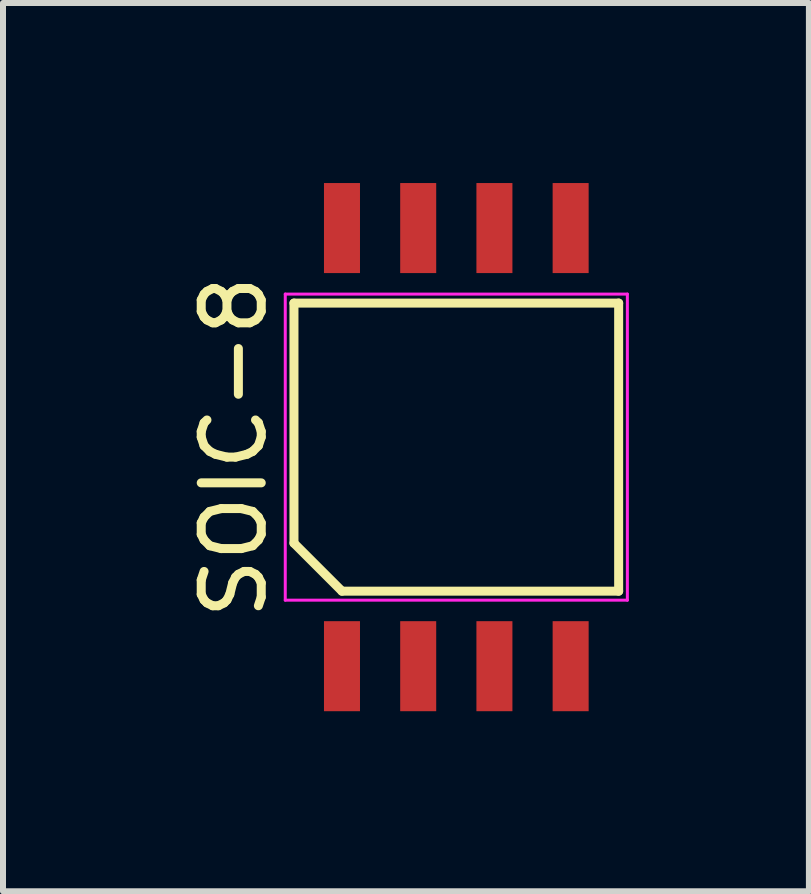
<source format=kicad_pcb>
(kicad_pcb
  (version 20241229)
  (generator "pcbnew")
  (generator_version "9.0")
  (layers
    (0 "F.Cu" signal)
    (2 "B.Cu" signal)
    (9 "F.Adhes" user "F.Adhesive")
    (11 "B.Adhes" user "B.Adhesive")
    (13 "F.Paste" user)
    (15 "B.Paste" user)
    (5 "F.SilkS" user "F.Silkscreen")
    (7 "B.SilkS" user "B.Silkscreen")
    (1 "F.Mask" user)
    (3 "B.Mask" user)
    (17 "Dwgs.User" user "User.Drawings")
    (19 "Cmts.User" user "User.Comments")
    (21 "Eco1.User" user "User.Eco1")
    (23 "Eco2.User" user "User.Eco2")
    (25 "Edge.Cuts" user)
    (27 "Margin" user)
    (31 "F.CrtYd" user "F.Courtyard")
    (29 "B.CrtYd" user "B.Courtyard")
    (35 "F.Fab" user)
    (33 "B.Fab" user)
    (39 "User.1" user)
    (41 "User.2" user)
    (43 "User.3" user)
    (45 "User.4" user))
  (footprint "SOIC-8"
    (layer "F.Cu")
    (at 4.553 4.4)
    (property "Reference" "SOIC-8" (at -3.705 0 90) (layer "F.SilkS") (effects (font (size 1 1) (thickness 0.15))))
    (attr smd)
    (fp_line (start -2.705 -2.4) (end 2.705 -2.4) (stroke (width 0.15) (type solid)) (layer "F.SilkS"))
    (fp_line (start -2.705 1.6) (end -2.705 -2.4) (stroke (width 0.15) (type solid)) (layer "F.SilkS"))
    (fp_line (start -1.905 2.4) (end -2.705 1.6) (stroke (width 0.15) (type solid)) (layer "F.SilkS"))
    (fp_line (start 2.705 -2.4) (end 2.705 2.4) (stroke (width 0.15) (type solid)) (layer "F.SilkS"))
    (fp_line (start 2.705 2.4) (end -1.905 2.4) (stroke (width 0.15) (type solid)) (layer "F.SilkS"))
    (fp_line (start -2.85 -2.55) (end 2.85 -2.55) (stroke (width 0.05) (type solid)) (layer "F.CrtYd"))
    (fp_line (start -2.85 2.55) (end -2.85 -2.55) (stroke (width 0.05) (type solid)) (layer "F.CrtYd"))
    (fp_line (start 2.85 -2.55) (end 2.85 2.55) (stroke (width 0.05) (type solid)) (layer "F.CrtYd"))
    (fp_line (start 2.85 2.55) (end -2.85 2.55) (stroke (width 0.05) (type solid)) (layer "F.CrtYd"))
    (pad "1" smd rect (at -1.905 3.65) (size 0.6 1.5) (layers "F.Cu" "F.Mask" "F.Paste"))
    (pad "2" smd rect (at -0.635 3.65) (size 0.6 1.5) (layers "F.Cu" "F.Mask" "F.Paste"))
    (pad "3" smd rect (at 0.635 3.65) (size 0.6 1.5) (layers "F.Cu" "F.Mask" "F.Paste"))
    (pad "4" smd rect (at 1.905 3.65) (size 0.6 1.5) (layers "F.Cu" "F.Mask" "F.Paste"))
    (pad "5" smd rect (at 1.905 -3.65) (size 0.6 1.5) (layers "F.Cu" "F.Mask" "F.Paste"))
    (pad "6" smd rect (at 0.635 -3.65) (size 0.6 1.5) (layers "F.Cu" "F.Mask" "F.Paste"))
    (pad "7" smd rect (at -0.635 -3.65) (size 0.6 1.5) (layers "F.Cu" "F.Mask" "F.Paste"))
    (pad "8" smd rect (at -1.905 -3.65) (size 0.6 1.5) (layers "F.Cu" "F.Mask" "F.Paste")))
  (gr_rect
    (start -3 -3)
    (end 10.428 11.8)
    (stroke (width 0.1) (type default))
    (fill no)
    (layer "Edge.Cuts")))
</source>
